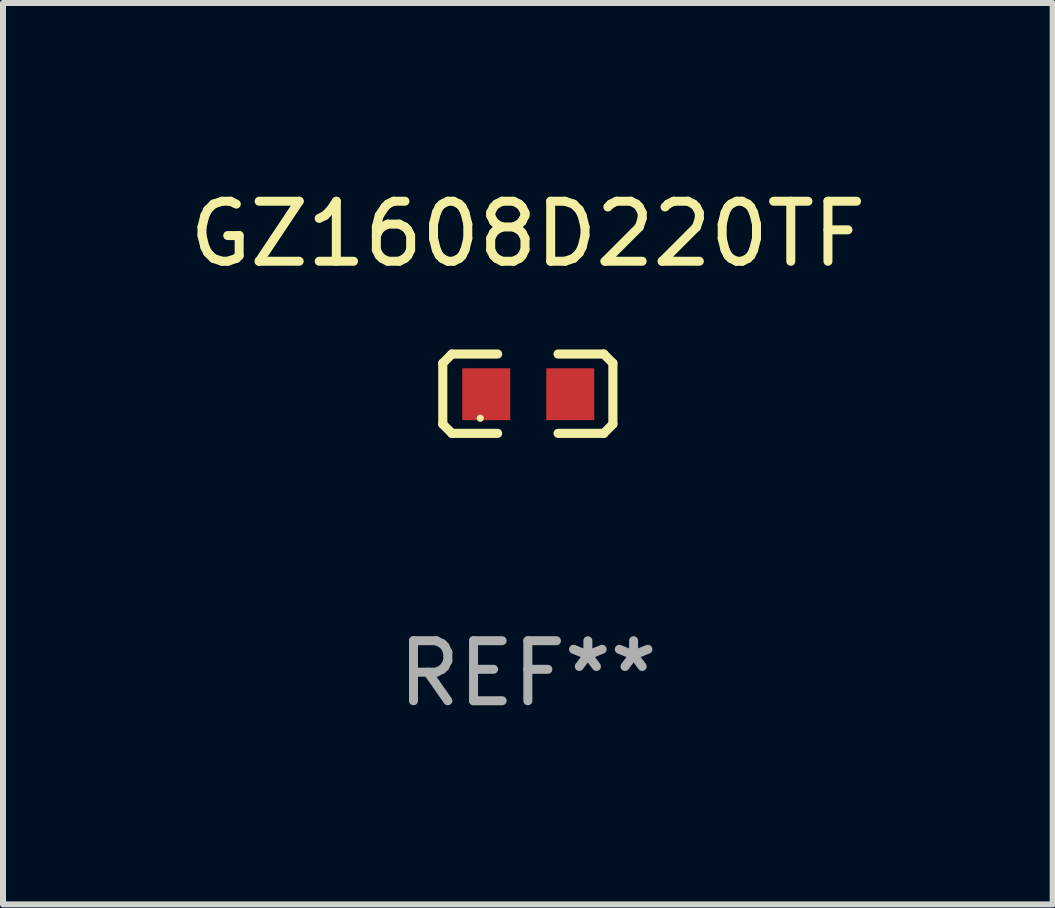
<source format=kicad_pcb>
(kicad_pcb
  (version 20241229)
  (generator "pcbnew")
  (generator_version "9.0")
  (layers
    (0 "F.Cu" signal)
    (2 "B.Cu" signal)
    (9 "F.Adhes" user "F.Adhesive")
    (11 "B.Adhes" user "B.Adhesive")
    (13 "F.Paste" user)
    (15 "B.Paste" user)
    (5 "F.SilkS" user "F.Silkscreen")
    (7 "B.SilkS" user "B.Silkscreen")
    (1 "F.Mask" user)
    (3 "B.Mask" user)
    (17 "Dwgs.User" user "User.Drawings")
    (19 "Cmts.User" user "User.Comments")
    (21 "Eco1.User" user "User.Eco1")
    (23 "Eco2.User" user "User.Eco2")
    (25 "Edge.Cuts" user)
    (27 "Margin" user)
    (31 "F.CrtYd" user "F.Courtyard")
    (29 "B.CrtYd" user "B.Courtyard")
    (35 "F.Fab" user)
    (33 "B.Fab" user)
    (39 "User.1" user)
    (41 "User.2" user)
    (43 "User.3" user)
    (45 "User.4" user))
  (footprint "GZ1608D220TF"
    (layer "F.Cu")
    (at 5.744 3.509)
    (property "Reference" "GZ1608D220TF" (at 0 -2.661 0) (layer "F.SilkS") (effects (font (size 1 1) (thickness 0.15))))
    (attr through_hole)
    (fp_line (start -1.417 -0.508) (end -1.265 -0.661) (stroke (width 0.152) (type solid)) (layer "F.SilkS"))
    (fp_line (start -1.417 0.508) (end -1.417 -0.508) (stroke (width 0.152) (type solid)) (layer "F.SilkS"))
    (fp_line (start -1.265 -0.661) (end -0.503 -0.661) (stroke (width 0.152) (type solid)) (layer "F.SilkS"))
    (fp_line (start -1.265 0.661) (end -1.417 0.508) (stroke (width 0.152) (type solid)) (layer "F.SilkS"))
    (fp_line (start -1.265 0.661) (end -0.503 0.661) (stroke (width 0.152) (type solid)) (layer "F.SilkS"))
    (fp_line (start 1.265 -0.661) (end 0.503 -0.661) (stroke (width 0.152) (type solid)) (layer "F.SilkS"))
    (fp_line (start 1.265 -0.661) (end 1.417 -0.508) (stroke (width 0.152) (type solid)) (layer "F.SilkS"))
    (fp_line (start 1.265 0.661) (end 0.503 0.661) (stroke (width 0.152) (type solid)) (layer "F.SilkS"))
    (fp_line (start 1.417 -0.508) (end 1.417 0.508) (stroke (width 0.152) (type solid)) (layer "F.SilkS"))
    (fp_line (start 1.417 0.508) (end 1.265 0.661) (stroke (width 0.152) (type solid)) (layer "F.SilkS"))
    (fp_circle (center -0.793 0.409) (end -0.763 0.409) (stroke (width 0.06) (type solid)) (fill no) (layer "F.SilkS"))
    (fp_text user "REF**" (at 0 4.661 0) (layer "F.Fab") (effects (font (size 1 1) (thickness 0.15))))
    (pad "1" smd rect (at -0.693 0.009 180) (size 0.8 0.864) (layers "F.Cu" "F.Mask" "F.Paste"))
    (pad "2" smd rect (at 0.707 0.009 180) (size 0.8 0.864) (layers "F.Cu" "F.Mask" "F.Paste")))
  (gr_rect
    (start -3 -3)
    (end 14.488 12.018)
    (stroke (width 0.1) (type default))
    (fill no)
    (layer "Edge.Cuts")))
</source>
